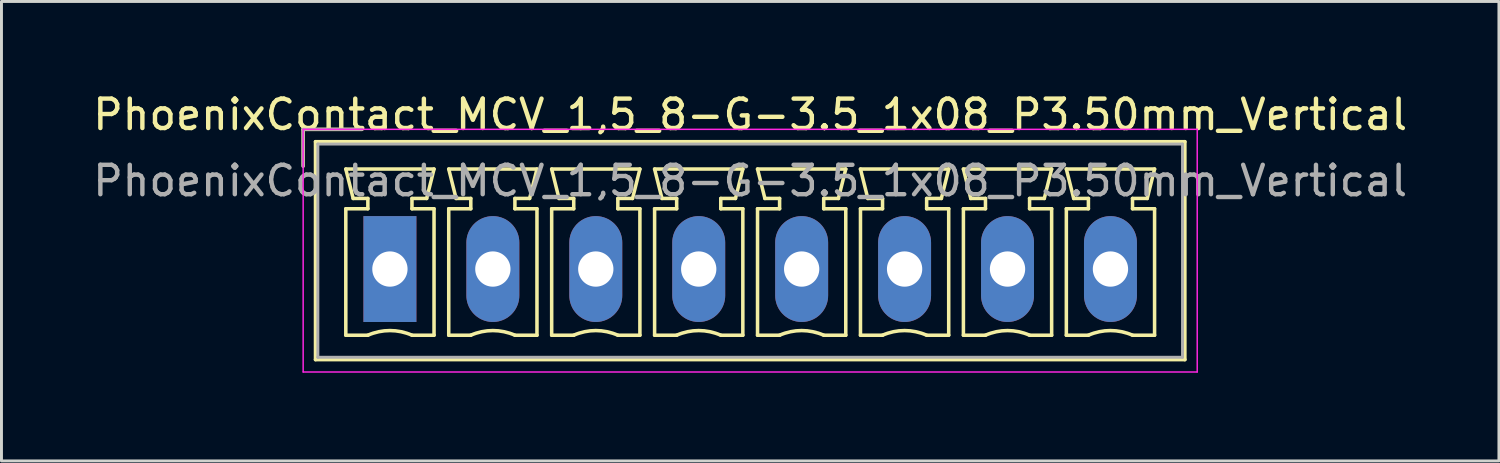
<source format=kicad_pcb>
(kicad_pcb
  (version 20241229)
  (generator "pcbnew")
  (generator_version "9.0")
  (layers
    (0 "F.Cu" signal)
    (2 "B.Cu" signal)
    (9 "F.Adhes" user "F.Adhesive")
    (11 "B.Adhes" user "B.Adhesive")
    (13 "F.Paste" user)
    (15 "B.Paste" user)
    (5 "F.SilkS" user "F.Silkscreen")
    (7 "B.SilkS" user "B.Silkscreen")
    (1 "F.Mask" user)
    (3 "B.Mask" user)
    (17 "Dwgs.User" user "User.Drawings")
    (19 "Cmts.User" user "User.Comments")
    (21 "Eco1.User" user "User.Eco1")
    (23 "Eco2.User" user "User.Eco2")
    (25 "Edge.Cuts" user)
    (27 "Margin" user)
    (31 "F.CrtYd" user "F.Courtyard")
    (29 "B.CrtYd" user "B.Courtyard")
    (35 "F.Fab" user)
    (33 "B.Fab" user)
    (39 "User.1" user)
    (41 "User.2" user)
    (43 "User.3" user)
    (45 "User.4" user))
  (footprint "PhoenixContact_MCV_1,5_8-G-3.5_1x08_P3.50mm_Vertical"
    (layer "F.Cu")
    (at 10.208 6.098)
    (property "Reference" "PhoenixContact_MCV_1,5_8-G-3.5_1x08_P3.50mm_Vertical" (at 12.25 -5.25 0) (layer "F.SilkS") (effects (font (size 1 1) (thickness 0.15))))
    (attr through_hole)
    (fp_line (start -2.95 -4.75) (end -0.95 -4.75) (stroke (width 0.12) (type solid)) (layer "F.SilkS"))
    (fp_line (start -2.95 -3.5) (end -2.95 -4.75) (stroke (width 0.12) (type solid)) (layer "F.SilkS"))
    (fp_line (start -2.53 -4.33) (end -2.53 3.08) (stroke (width 0.12) (type solid)) (layer "F.SilkS"))
    (fp_line (start -2.53 3.08) (end 27.03 3.08) (stroke (width 0.12) (type solid)) (layer "F.SilkS"))
    (fp_line (start -1.5 -3.4) (end 1.5 -3.4) (stroke (width 0.12) (type solid)) (layer "F.SilkS"))
    (fp_line (start -1.5 -2.05) (end -0.75 -2.05) (stroke (width 0.12) (type solid)) (layer "F.SilkS"))
    (fp_line (start -1.5 2.25) (end -1.5 -2.05) (stroke (width 0.12) (type solid)) (layer "F.SilkS"))
    (fp_line (start -1.25 -2.4) (end -1.5 -3.4) (stroke (width 0.12) (type solid)) (layer "F.SilkS"))
    (fp_line (start -0.75 -2.4) (end -1.25 -2.4) (stroke (width 0.12) (type solid)) (layer "F.SilkS"))
    (fp_line (start -0.75 -2.05) (end -0.75 -2.4) (stroke (width 0.12) (type solid)) (layer "F.SilkS"))
    (fp_line (start -0.75 2.25) (end -1.5 2.25) (stroke (width 0.12) (type solid)) (layer "F.SilkS"))
    (fp_line (start 0.75 -2.4) (end 0.75 -2.05) (stroke (width 0.12) (type solid)) (layer "F.SilkS"))
    (fp_line (start 0.75 -2.05) (end 1.5 -2.05) (stroke (width 0.12) (type solid)) (layer "F.SilkS"))
    (fp_line (start 1.25 -2.4) (end 0.75 -2.4) (stroke (width 0.12) (type solid)) (layer "F.SilkS"))
    (fp_line (start 1.5 -3.4) (end 1.25 -2.4) (stroke (width 0.12) (type solid)) (layer "F.SilkS"))
    (fp_line (start 1.5 -2.05) (end 1.5 2.25) (stroke (width 0.12) (type solid)) (layer "F.SilkS"))
    (fp_line (start 1.5 2.25) (end 0.75 2.25) (stroke (width 0.12) (type solid)) (layer "F.SilkS"))
    (fp_line (start 2 -3.4) (end 5 -3.4) (stroke (width 0.12) (type solid)) (layer "F.SilkS"))
    (fp_line (start 2 -2.05) (end 2.75 -2.05) (stroke (width 0.12) (type solid)) (layer "F.SilkS"))
    (fp_line (start 2 2.25) (end 2 -2.05) (stroke (width 0.12) (type solid)) (layer "F.SilkS"))
    (fp_line (start 2.25 -2.4) (end 2 -3.4) (stroke (width 0.12) (type solid)) (layer "F.SilkS"))
    (fp_line (start 2.75 -2.4) (end 2.25 -2.4) (stroke (width 0.12) (type solid)) (layer "F.SilkS"))
    (fp_line (start 2.75 -2.05) (end 2.75 -2.4) (stroke (width 0.12) (type solid)) (layer "F.SilkS"))
    (fp_line (start 2.75 2.25) (end 2 2.25) (stroke (width 0.12) (type solid)) (layer "F.SilkS"))
    (fp_line (start 4.25 -2.4) (end 4.25 -2.05) (stroke (width 0.12) (type solid)) (layer "F.SilkS"))
    (fp_line (start 4.25 -2.05) (end 5 -2.05) (stroke (width 0.12) (type solid)) (layer "F.SilkS"))
    (fp_line (start 4.75 -2.4) (end 4.25 -2.4) (stroke (width 0.12) (type solid)) (layer "F.SilkS"))
    (fp_line (start 5 -3.4) (end 4.75 -2.4) (stroke (width 0.12) (type solid)) (layer "F.SilkS"))
    (fp_line (start 5 -2.05) (end 5 2.25) (stroke (width 0.12) (type solid)) (layer "F.SilkS"))
    (fp_line (start 5 2.25) (end 4.25 2.25) (stroke (width 0.12) (type solid)) (layer "F.SilkS"))
    (fp_line (start 5.5 -3.4) (end 8.5 -3.4) (stroke (width 0.12) (type solid)) (layer "F.SilkS"))
    (fp_line (start 5.5 -2.05) (end 6.25 -2.05) (stroke (width 0.12) (type solid)) (layer "F.SilkS"))
    (fp_line (start 5.5 2.25) (end 5.5 -2.05) (stroke (width 0.12) (type solid)) (layer "F.SilkS"))
    (fp_line (start 5.75 -2.4) (end 5.5 -3.4) (stroke (width 0.12) (type solid)) (layer "F.SilkS"))
    (fp_line (start 6.25 -2.4) (end 5.75 -2.4) (stroke (width 0.12) (type solid)) (layer "F.SilkS"))
    (fp_line (start 6.25 -2.05) (end 6.25 -2.4) (stroke (width 0.12) (type solid)) (layer "F.SilkS"))
    (fp_line (start 6.25 2.25) (end 5.5 2.25) (stroke (width 0.12) (type solid)) (layer "F.SilkS"))
    (fp_line (start 7.75 -2.4) (end 7.75 -2.05) (stroke (width 0.12) (type solid)) (layer "F.SilkS"))
    (fp_line (start 7.75 -2.05) (end 8.5 -2.05) (stroke (width 0.12) (type solid)) (layer "F.SilkS"))
    (fp_line (start 8.25 -2.4) (end 7.75 -2.4) (stroke (width 0.12) (type solid)) (layer "F.SilkS"))
    (fp_line (start 8.5 -3.4) (end 8.25 -2.4) (stroke (width 0.12) (type solid)) (layer "F.SilkS"))
    (fp_line (start 8.5 -2.05) (end 8.5 2.25) (stroke (width 0.12) (type solid)) (layer "F.SilkS"))
    (fp_line (start 8.5 2.25) (end 7.75 2.25) (stroke (width 0.12) (type solid)) (layer "F.SilkS"))
    (fp_line (start 9 -3.4) (end 12 -3.4) (stroke (width 0.12) (type solid)) (layer "F.SilkS"))
    (fp_line (start 9 -2.05) (end 9.75 -2.05) (stroke (width 0.12) (type solid)) (layer "F.SilkS"))
    (fp_line (start 9 2.25) (end 9 -2.05) (stroke (width 0.12) (type solid)) (layer "F.SilkS"))
    (fp_line (start 9.25 -2.4) (end 9 -3.4) (stroke (width 0.12) (type solid)) (layer "F.SilkS"))
    (fp_line (start 9.75 -2.4) (end 9.25 -2.4) (stroke (width 0.12) (type solid)) (layer "F.SilkS"))
    (fp_line (start 9.75 -2.05) (end 9.75 -2.4) (stroke (width 0.12) (type solid)) (layer "F.SilkS"))
    (fp_line (start 9.75 2.25) (end 9 2.25) (stroke (width 0.12) (type solid)) (layer "F.SilkS"))
    (fp_line (start 11.25 -2.4) (end 11.25 -2.05) (stroke (width 0.12) (type solid)) (layer "F.SilkS"))
    (fp_line (start 11.25 -2.05) (end 12 -2.05) (stroke (width 0.12) (type solid)) (layer "F.SilkS"))
    (fp_line (start 11.75 -2.4) (end 11.25 -2.4) (stroke (width 0.12) (type solid)) (layer "F.SilkS"))
    (fp_line (start 12 -3.4) (end 11.75 -2.4) (stroke (width 0.12) (type solid)) (layer "F.SilkS"))
    (fp_line (start 12 -2.05) (end 12 2.25) (stroke (width 0.12) (type solid)) (layer "F.SilkS"))
    (fp_line (start 12 2.25) (end 11.25 2.25) (stroke (width 0.12) (type solid)) (layer "F.SilkS"))
    (fp_line (start 12.5 -3.4) (end 15.5 -3.4) (stroke (width 0.12) (type solid)) (layer "F.SilkS"))
    (fp_line (start 12.5 -2.05) (end 13.25 -2.05) (stroke (width 0.12) (type solid)) (layer "F.SilkS"))
    (fp_line (start 12.5 2.25) (end 12.5 -2.05) (stroke (width 0.12) (type solid)) (layer "F.SilkS"))
    (fp_line (start 12.75 -2.4) (end 12.5 -3.4) (stroke (width 0.12) (type solid)) (layer "F.SilkS"))
    (fp_line (start 13.25 -2.4) (end 12.75 -2.4) (stroke (width 0.12) (type solid)) (layer "F.SilkS"))
    (fp_line (start 13.25 -2.05) (end 13.25 -2.4) (stroke (width 0.12) (type solid)) (layer "F.SilkS"))
    (fp_line (start 13.25 2.25) (end 12.5 2.25) (stroke (width 0.12) (type solid)) (layer "F.SilkS"))
    (fp_line (start 14.75 -2.4) (end 14.75 -2.05) (stroke (width 0.12) (type solid)) (layer "F.SilkS"))
    (fp_line (start 14.75 -2.05) (end 15.5 -2.05) (stroke (width 0.12) (type solid)) (layer "F.SilkS"))
    (fp_line (start 15.25 -2.4) (end 14.75 -2.4) (stroke (width 0.12) (type solid)) (layer "F.SilkS"))
    (fp_line (start 15.5 -3.4) (end 15.25 -2.4) (stroke (width 0.12) (type solid)) (layer "F.SilkS"))
    (fp_line (start 15.5 -2.05) (end 15.5 2.25) (stroke (width 0.12) (type solid)) (layer "F.SilkS"))
    (fp_line (start 15.5 2.25) (end 14.75 2.25) (stroke (width 0.12) (type solid)) (layer "F.SilkS"))
    (fp_line (start 16 -3.4) (end 19 -3.4) (stroke (width 0.12) (type solid)) (layer "F.SilkS"))
    (fp_line (start 16 -2.05) (end 16.75 -2.05) (stroke (width 0.12) (type solid)) (layer "F.SilkS"))
    (fp_line (start 16 2.25) (end 16 -2.05) (stroke (width 0.12) (type solid)) (layer "F.SilkS"))
    (fp_line (start 16.25 -2.4) (end 16 -3.4) (stroke (width 0.12) (type solid)) (layer "F.SilkS"))
    (fp_line (start 16.75 -2.4) (end 16.25 -2.4) (stroke (width 0.12) (type solid)) (layer "F.SilkS"))
    (fp_line (start 16.75 -2.05) (end 16.75 -2.4) (stroke (width 0.12) (type solid)) (layer "F.SilkS"))
    (fp_line (start 16.75 2.25) (end 16 2.25) (stroke (width 0.12) (type solid)) (layer "F.SilkS"))
    (fp_line (start 18.25 -2.4) (end 18.25 -2.05) (stroke (width 0.12) (type solid)) (layer "F.SilkS"))
    (fp_line (start 18.25 -2.05) (end 19 -2.05) (stroke (width 0.12) (type solid)) (layer "F.SilkS"))
    (fp_line (start 18.75 -2.4) (end 18.25 -2.4) (stroke (width 0.12) (type solid)) (layer "F.SilkS"))
    (fp_line (start 19 -3.4) (end 18.75 -2.4) (stroke (width 0.12) (type solid)) (layer "F.SilkS"))
    (fp_line (start 19 -2.05) (end 19 2.25) (stroke (width 0.12) (type solid)) (layer "F.SilkS"))
    (fp_line (start 19 2.25) (end 18.25 2.25) (stroke (width 0.12) (type solid)) (layer "F.SilkS"))
    (fp_line (start 19.5 -3.4) (end 22.5 -3.4) (stroke (width 0.12) (type solid)) (layer "F.SilkS"))
    (fp_line (start 19.5 -2.05) (end 20.25 -2.05) (stroke (width 0.12) (type solid)) (layer "F.SilkS"))
    (fp_line (start 19.5 2.25) (end 19.5 -2.05) (stroke (width 0.12) (type solid)) (layer "F.SilkS"))
    (fp_line (start 19.75 -2.4) (end 19.5 -3.4) (stroke (width 0.12) (type solid)) (layer "F.SilkS"))
    (fp_line (start 20.25 -2.4) (end 19.75 -2.4) (stroke (width 0.12) (type solid)) (layer "F.SilkS"))
    (fp_line (start 20.25 -2.05) (end 20.25 -2.4) (stroke (width 0.12) (type solid)) (layer "F.SilkS"))
    (fp_line (start 20.25 2.25) (end 19.5 2.25) (stroke (width 0.12) (type solid)) (layer "F.SilkS"))
    (fp_line (start 21.75 -2.4) (end 21.75 -2.05) (stroke (width 0.12) (type solid)) (layer "F.SilkS"))
    (fp_line (start 21.75 -2.05) (end 22.5 -2.05) (stroke (width 0.12) (type solid)) (layer "F.SilkS"))
    (fp_line (start 22.25 -2.4) (end 21.75 -2.4) (stroke (width 0.12) (type solid)) (layer "F.SilkS"))
    (fp_line (start 22.5 -3.4) (end 22.25 -2.4) (stroke (width 0.12) (type solid)) (layer "F.SilkS"))
    (fp_line (start 22.5 -2.05) (end 22.5 2.25) (stroke (width 0.12) (type solid)) (layer "F.SilkS"))
    (fp_line (start 22.5 2.25) (end 21.75 2.25) (stroke (width 0.12) (type solid)) (layer "F.SilkS"))
    (fp_line (start 23 -3.4) (end 26 -3.4) (stroke (width 0.12) (type solid)) (layer "F.SilkS"))
    (fp_line (start 23 -2.05) (end 23.75 -2.05) (stroke (width 0.12) (type solid)) (layer "F.SilkS"))
    (fp_line (start 23 2.25) (end 23 -2.05) (stroke (width 0.12) (type solid)) (layer "F.SilkS"))
    (fp_line (start 23.25 -2.4) (end 23 -3.4) (stroke (width 0.12) (type solid)) (layer "F.SilkS"))
    (fp_line (start 23.75 -2.4) (end 23.25 -2.4) (stroke (width 0.12) (type solid)) (layer "F.SilkS"))
    (fp_line (start 23.75 -2.05) (end 23.75 -2.4) (stroke (width 0.12) (type solid)) (layer "F.SilkS"))
    (fp_line (start 23.75 2.25) (end 23 2.25) (stroke (width 0.12) (type solid)) (layer "F.SilkS"))
    (fp_line (start 25.25 -2.4) (end 25.25 -2.05) (stroke (width 0.12) (type solid)) (layer "F.SilkS"))
    (fp_line (start 25.25 -2.05) (end 26 -2.05) (stroke (width 0.12) (type solid)) (layer "F.SilkS"))
    (fp_line (start 25.75 -2.4) (end 25.25 -2.4) (stroke (width 0.12) (type solid)) (layer "F.SilkS"))
    (fp_line (start 26 -3.4) (end 25.75 -2.4) (stroke (width 0.12) (type solid)) (layer "F.SilkS"))
    (fp_line (start 26 -2.05) (end 26 2.25) (stroke (width 0.12) (type solid)) (layer "F.SilkS"))
    (fp_line (start 26 2.25) (end 25.25 2.25) (stroke (width 0.12) (type solid)) (layer "F.SilkS"))
    (fp_line (start 27.03 -4.33) (end -2.53 -4.33) (stroke (width 0.12) (type solid)) (layer "F.SilkS"))
    (fp_line (start 27.03 3.08) (end 27.03 -4.33) (stroke (width 0.12) (type solid)) (layer "F.SilkS"))
    (fp_arc (start -0.75 2.25) (mid -0.000193 2.09191) (end 0.749647 2.249844) (stroke (width 0.12) (type solid)) (layer "F.SilkS"))
    (fp_arc (start 2.75 2.25) (mid 3.499807 2.09191) (end 4.249647 2.249844) (stroke (width 0.12) (type solid)) (layer "F.SilkS"))
    (fp_arc (start 6.25 2.25) (mid 6.999807 2.09191) (end 7.749647 2.249844) (stroke (width 0.12) (type solid)) (layer "F.SilkS"))
    (fp_arc (start 9.75 2.25) (mid 10.499807 2.09191) (end 11.249647 2.249844) (stroke (width 0.12) (type solid)) (layer "F.SilkS"))
    (fp_arc (start 13.25 2.25) (mid 13.999807 2.09191) (end 14.749647 2.249844) (stroke (width 0.12) (type solid)) (layer "F.SilkS"))
    (fp_arc (start 16.75 2.25) (mid 17.499807 2.09191) (end 18.249647 2.249844) (stroke (width 0.12) (type solid)) (layer "F.SilkS"))
    (fp_arc (start 20.25 2.25) (mid 20.999807 2.09191) (end 21.749647 2.249844) (stroke (width 0.12) (type solid)) (layer "F.SilkS"))
    (fp_arc (start 23.75 2.25) (mid 24.499807 2.09191) (end 25.249647 2.249844) (stroke (width 0.12) (type solid)) (layer "F.SilkS"))
    (fp_line (start -2.95 -4.75) (end -2.95 3.5) (stroke (width 0.05) (type solid)) (layer "F.CrtYd"))
    (fp_line (start -2.95 3.5) (end 27.45 3.5) (stroke (width 0.05) (type solid)) (layer "F.CrtYd"))
    (fp_line (start 27.45 -4.75) (end -2.95 -4.75) (stroke (width 0.05) (type solid)) (layer "F.CrtYd"))
    (fp_line (start 27.45 3.5) (end 27.45 -4.75) (stroke (width 0.05) (type solid)) (layer "F.CrtYd"))
    (fp_line (start -2.95 -4.75) (end -0.95 -4.75) (stroke (width 0.1) (type solid)) (layer "F.Fab"))
    (fp_line (start -2.95 -3.5) (end -2.95 -4.75) (stroke (width 0.1) (type solid)) (layer "F.Fab"))
    (fp_line (start -2.45 -4.25) (end -2.45 3) (stroke (width 0.1) (type solid)) (layer "F.Fab"))
    (fp_line (start -2.45 3) (end 26.95 3) (stroke (width 0.1) (type solid)) (layer "F.Fab"))
    (fp_line (start 26.95 -4.25) (end -2.45 -4.25) (stroke (width 0.1) (type solid)) (layer "F.Fab"))
    (fp_line (start 26.95 3) (end 26.95 -4.25) (stroke (width 0.1) (type solid)) (layer "F.Fab"))
    (fp_text user "${REFERENCE}" (at 12.25 -3 0) (layer "F.Fab") (effects (font (size 1 1) (thickness 0.15))))
    (pad "1" thru_hole rect (at 0 0) (size 1.8 3.6) (drill 1.2) (layers "*.Cu" "*.Mask"))
    (pad "2" thru_hole oval (at 3.5 0) (size 1.8 3.6) (drill 1.2) (layers "*.Cu" "*.Mask"))
    (pad "3" thru_hole oval (at 7 0) (size 1.8 3.6) (drill 1.2) (layers "*.Cu" "*.Mask"))
    (pad "4" thru_hole oval (at 10.5 0) (size 1.8 3.6) (drill 1.2) (layers "*.Cu" "*.Mask"))
    (pad "5" thru_hole oval (at 14 0) (size 1.8 3.6) (drill 1.2) (layers "*.Cu" "*.Mask"))
    (pad "6" thru_hole oval (at 17.5 0) (size 1.8 3.6) (drill 1.2) (layers "*.Cu" "*.Mask"))
    (pad "7" thru_hole oval (at 21 0) (size 1.8 3.6) (drill 1.2) (layers "*.Cu" "*.Mask"))
    (pad "8" thru_hole oval (at 24.5 0) (size 1.8 3.6) (drill 1.2) (layers "*.Cu" "*.Mask")))
  (gr_rect
    (start -3 -3)
    (end 47.917 12.623)
    (stroke (width 0.1) (type default))
    (fill no)
    (layer "Edge.Cuts")))
</source>
